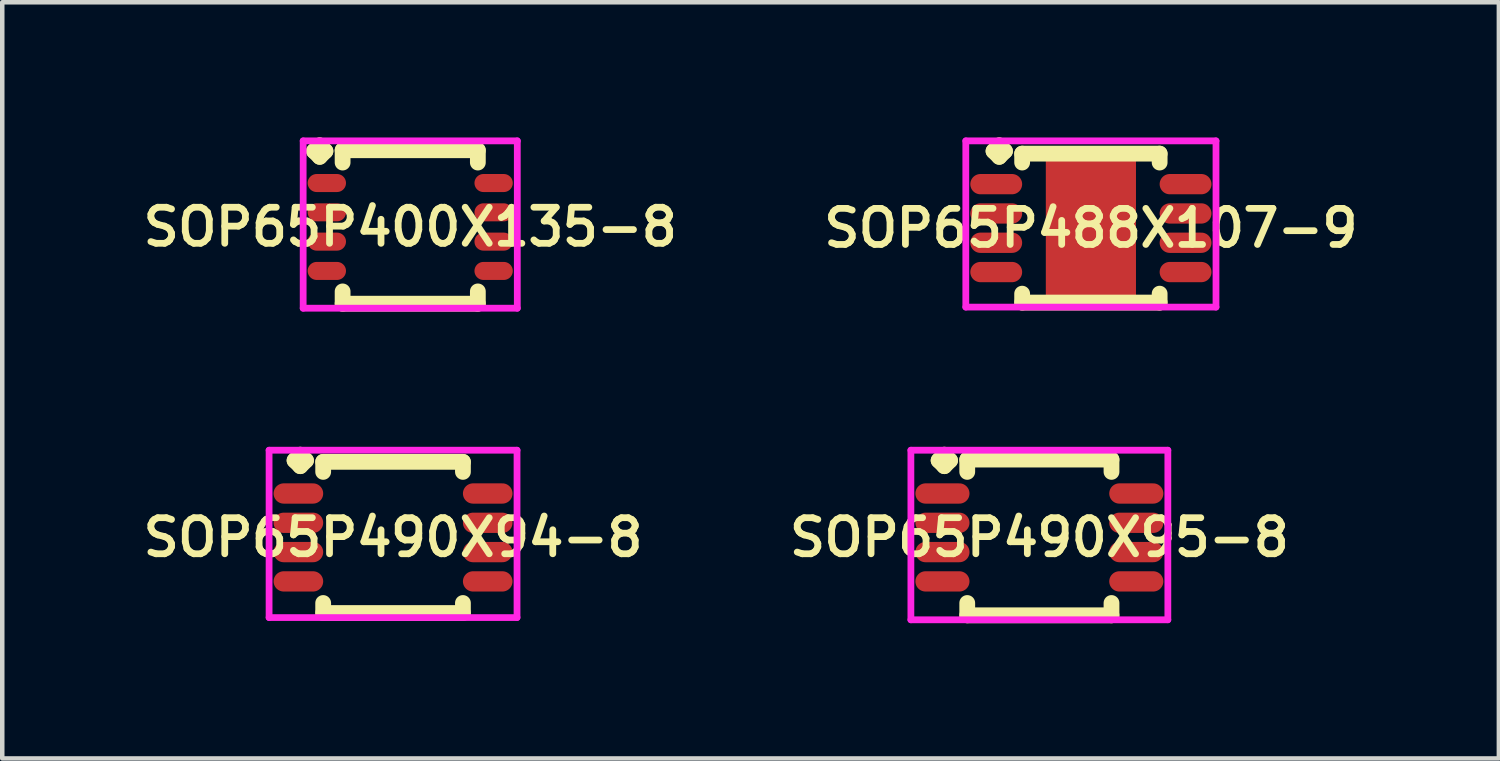
<source format=kicad_pcb>
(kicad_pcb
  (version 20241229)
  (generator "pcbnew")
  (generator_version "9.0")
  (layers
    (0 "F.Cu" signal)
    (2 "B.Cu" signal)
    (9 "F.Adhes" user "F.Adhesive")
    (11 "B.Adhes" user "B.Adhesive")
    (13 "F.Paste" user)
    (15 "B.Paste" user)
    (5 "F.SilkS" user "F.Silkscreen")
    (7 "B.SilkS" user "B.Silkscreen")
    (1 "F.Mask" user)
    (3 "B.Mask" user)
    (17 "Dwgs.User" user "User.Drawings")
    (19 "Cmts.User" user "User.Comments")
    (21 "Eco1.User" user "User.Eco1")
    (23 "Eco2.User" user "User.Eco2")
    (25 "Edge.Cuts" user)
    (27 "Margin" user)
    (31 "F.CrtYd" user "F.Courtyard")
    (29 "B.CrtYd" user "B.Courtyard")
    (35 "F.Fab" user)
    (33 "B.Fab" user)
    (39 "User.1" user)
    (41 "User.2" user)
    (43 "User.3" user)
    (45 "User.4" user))
  (footprint "SOP65P490X94-8"
    (layer "F.Cu")
    (at 5.669 8.872)
    (property "Reference" "SOP65P490X94-8" (at 0 0 0) (layer "F.SilkS") (effects (font (size 0.8 0.8) (thickness 0.15))))
    (attr smd)
    (fp_line (start -2.185 -1.708) (end -2.058 -1.835) (stroke (width 0.35) (type solid)) (layer "F.SilkS"))
    (fp_line (start -2.058 -1.835) (end -1.931 -1.708) (stroke (width 0.35) (type solid)) (layer "F.SilkS"))
    (fp_line (start -2.058 -1.581) (end -2.185 -1.708) (stroke (width 0.35) (type solid)) (layer "F.SilkS"))
    (fp_line (start -1.931 -1.708) (end -2.058 -1.581) (stroke (width 0.35) (type solid)) (layer "F.SilkS"))
    (fp_line (start -1.55 -1.677) (end 1.55 -1.677) (stroke (width 0.35) (type solid)) (layer "F.SilkS"))
    (fp_line (start -1.55 -1.454) (end -1.55 -1.677) (stroke (width 0.35) (type solid)) (layer "F.SilkS"))
    (fp_line (start -1.55 1.454) (end -1.55 1.677) (stroke (width 0.35) (type solid)) (layer "F.SilkS"))
    (fp_line (start -1.55 1.677) (end 1.55 1.677) (stroke (width 0.35) (type solid)) (layer "F.SilkS"))
    (fp_line (start 1.55 -1.677) (end 1.55 -1.454) (stroke (width 0.35) (type solid)) (layer "F.SilkS"))
    (fp_line (start 1.55 1.677) (end 1.55 1.454) (stroke (width 0.35) (type solid)) (layer "F.SilkS"))
    (fp_line (start -2.75 -1.935) (end 2.75 -1.935) (stroke (width 0.15) (type solid)) (layer "F.CrtYd"))
    (fp_line (start -2.75 1.777) (end -2.75 -1.935) (stroke (width 0.15) (type solid)) (layer "F.CrtYd"))
    (fp_line (start 2.75 -1.935) (end 2.75 1.777) (stroke (width 0.15) (type solid)) (layer "F.CrtYd"))
    (fp_line (start 2.75 1.777) (end -2.75 1.777) (stroke (width 0.15) (type solid)) (layer "F.CrtYd"))
    (pad "1" smd oval (at -2.1 -0.975) (size 1.1 0.45) (layers "F.Cu" "F.Mask" "F.Paste"))
    (pad "2" smd oval (at -2.1 -0.325) (size 1.1 0.45) (layers "F.Cu" "F.Mask" "F.Paste"))
    (pad "3" smd oval (at -2.1 0.325) (size 1.1 0.45) (layers "F.Cu" "F.Mask" "F.Paste"))
    (pad "4" smd oval (at -2.1 0.975) (size 1.1 0.45) (layers "F.Cu" "F.Mask" "F.Paste"))
    (pad "5" smd oval (at 2.1 0.975) (size 1.1 0.45) (layers "F.Cu" "F.Mask" "F.Paste"))
    (pad "6" smd oval (at 2.1 0.325) (size 1.1 0.45) (layers "F.Cu" "F.Mask" "F.Paste"))
    (pad "7" smd oval (at 2.1 -0.325) (size 1.1 0.45) (layers "F.Cu" "F.Mask" "F.Paste"))
    (pad "8" smd oval (at 2.1 -0.975) (size 1.1 0.45) (layers "F.Cu" "F.Mask" "F.Paste")))
  (footprint "SOP65P488X107-9"
    (layer "F.Cu")
    (at 21.149 2.01)
    (property "Reference" "SOP65P488X107-9" (at 0 0 0) (layer "F.SilkS") (effects (font (size 0.8 0.8) (thickness 0.15))))
    (attr smd)
    (fp_line (start -2.16 -1.708) (end -2.033 -1.835) (stroke (width 0.35) (type solid)) (layer "F.SilkS"))
    (fp_line (start -2.033 -1.835) (end -1.906 -1.708) (stroke (width 0.35) (type solid)) (layer "F.SilkS"))
    (fp_line (start -2.033 -1.581) (end -2.16 -1.708) (stroke (width 0.35) (type solid)) (layer "F.SilkS"))
    (fp_line (start -1.906 -1.708) (end -2.033 -1.581) (stroke (width 0.35) (type solid)) (layer "F.SilkS"))
    (fp_line (start -1.525 -1.652) (end 1.525 -1.652) (stroke (width 0.35) (type solid)) (layer "F.SilkS"))
    (fp_line (start -1.525 -1.454) (end -1.525 -1.652) (stroke (width 0.35) (type solid)) (layer "F.SilkS"))
    (fp_line (start -1.525 1.454) (end -1.525 1.652) (stroke (width 0.35) (type solid)) (layer "F.SilkS"))
    (fp_line (start -1.525 1.652) (end 1.525 1.652) (stroke (width 0.35) (type solid)) (layer "F.SilkS"))
    (fp_line (start 1.525 -1.652) (end 1.525 -1.454) (stroke (width 0.35) (type solid)) (layer "F.SilkS"))
    (fp_line (start 1.525 1.652) (end 1.525 1.454) (stroke (width 0.35) (type solid)) (layer "F.SilkS"))
    (fp_line (start -2.775 -1.935) (end 2.775 -1.935) (stroke (width 0.15) (type solid)) (layer "F.CrtYd"))
    (fp_line (start -2.775 1.752) (end -2.775 -1.935) (stroke (width 0.15) (type solid)) (layer "F.CrtYd"))
    (fp_line (start 2.775 -1.935) (end 2.775 1.752) (stroke (width 0.15) (type solid)) (layer "F.CrtYd"))
    (fp_line (start 2.775 1.752) (end -2.775 1.752) (stroke (width 0.15) (type solid)) (layer "F.CrtYd"))
    (pad "1" smd oval (at -2.1 -0.975) (size 1.15 0.45) (layers "F.Cu" "F.Mask" "F.Paste"))
    (pad "2" smd oval (at -2.1 -0.325) (size 1.15 0.45) (layers "F.Cu" "F.Mask" "F.Paste"))
    (pad "3" smd oval (at -2.1 0.325) (size 1.15 0.45) (layers "F.Cu" "F.Mask" "F.Paste"))
    (pad "4" smd oval (at -2.1 0.975) (size 1.15 0.45) (layers "F.Cu" "F.Mask" "F.Paste"))
    (pad "5" smd oval (at 2.1 0.975) (size 1.15 0.45) (layers "F.Cu" "F.Mask" "F.Paste"))
    (pad "6" smd oval (at 2.1 0.325) (size 1.15 0.45) (layers "F.Cu" "F.Mask" "F.Paste"))
    (pad "7" smd oval (at 2.1 -0.325) (size 1.15 0.45) (layers "F.Cu" "F.Mask" "F.Paste"))
    (pad "8" smd oval (at 2.1 -0.975) (size 1.15 0.45) (layers "F.Cu" "F.Mask" "F.Paste"))
    (pad "9" smd rect (at 0 0) (size 2 3) (layers "F.Cu" "F.Mask" "F.Paste")))
  (footprint "SOP65P400X135-8"
    (layer "F.Cu")
    (at 6.05 1.985)
    (property "Reference" "SOP65P400X135-8" (at 0 0 0) (layer "F.SilkS") (effects (font (size 0.8 0.8) (thickness 0.15))))
    (attr smd)
    (fp_line (start -2.135 -1.683) (end -2.008 -1.81) (stroke (width 0.35) (type solid)) (layer "F.SilkS"))
    (fp_line (start -2.008 -1.81) (end -1.881 -1.683) (stroke (width 0.35) (type solid)) (layer "F.SilkS"))
    (fp_line (start -2.008 -1.556) (end -2.135 -1.683) (stroke (width 0.35) (type solid)) (layer "F.SilkS"))
    (fp_line (start -1.881 -1.683) (end -2.008 -1.556) (stroke (width 0.35) (type solid)) (layer "F.SilkS"))
    (fp_line (start -1.5 -1.702) (end 1.5 -1.702) (stroke (width 0.35) (type solid)) (layer "F.SilkS"))
    (fp_line (start -1.5 -1.429) (end -1.5 -1.702) (stroke (width 0.35) (type solid)) (layer "F.SilkS"))
    (fp_line (start -1.5 1.429) (end -1.5 1.702) (stroke (width 0.35) (type solid)) (layer "F.SilkS"))
    (fp_line (start -1.5 1.702) (end 1.5 1.702) (stroke (width 0.35) (type solid)) (layer "F.SilkS"))
    (fp_line (start 1.5 -1.702) (end 1.5 -1.429) (stroke (width 0.35) (type solid)) (layer "F.SilkS"))
    (fp_line (start 1.5 1.702) (end 1.5 1.429) (stroke (width 0.35) (type solid)) (layer "F.SilkS"))
    (fp_line (start -2.375 -1.91) (end 2.375 -1.91) (stroke (width 0.15) (type solid)) (layer "F.CrtYd"))
    (fp_line (start -2.375 1.802) (end -2.375 -1.91) (stroke (width 0.15) (type solid)) (layer "F.CrtYd"))
    (fp_line (start 2.375 -1.91) (end 2.375 1.802) (stroke (width 0.15) (type solid)) (layer "F.CrtYd"))
    (fp_line (start 2.375 1.802) (end -2.375 1.802) (stroke (width 0.15) (type solid)) (layer "F.CrtYd"))
    (pad "1" smd oval (at -1.85 -0.975) (size 0.85 0.4) (layers "F.Cu" "F.Mask" "F.Paste"))
    (pad "2" smd oval (at -1.85 -0.325) (size 0.85 0.4) (layers "F.Cu" "F.Mask" "F.Paste"))
    (pad "3" smd oval (at -1.85 0.325) (size 0.85 0.4) (layers "F.Cu" "F.Mask" "F.Paste"))
    (pad "4" smd oval (at -1.85 0.975) (size 0.85 0.4) (layers "F.Cu" "F.Mask" "F.Paste"))
    (pad "5" smd oval (at 1.85 0.975) (size 0.85 0.4) (layers "F.Cu" "F.Mask" "F.Paste"))
    (pad "6" smd oval (at 1.85 0.325) (size 0.85 0.4) (layers "F.Cu" "F.Mask" "F.Paste"))
    (pad "7" smd oval (at 1.85 -0.325) (size 0.85 0.4) (layers "F.Cu" "F.Mask" "F.Paste"))
    (pad "8" smd oval (at 1.85 -0.975) (size 0.85 0.4) (layers "F.Cu" "F.Mask" "F.Paste")))
  (footprint "SOP65P490X95-8"
    (layer "F.Cu")
    (at 20.006 8.872)
    (property "Reference" "SOP65P490X95-8" (at 0 0 0) (layer "F.SilkS") (effects (font (size 0.8 0.8) (thickness 0.15))))
    (attr smd)
    (fp_line (start -2.235 -1.708) (end -2.108 -1.835) (stroke (width 0.35) (type solid)) (layer "F.SilkS"))
    (fp_line (start -2.108 -1.835) (end -1.981 -1.708) (stroke (width 0.35) (type solid)) (layer "F.SilkS"))
    (fp_line (start -2.108 -1.581) (end -2.235 -1.708) (stroke (width 0.35) (type solid)) (layer "F.SilkS"))
    (fp_line (start -1.981 -1.708) (end -2.108 -1.581) (stroke (width 0.35) (type solid)) (layer "F.SilkS"))
    (fp_line (start -1.6 -1.727) (end 1.6 -1.727) (stroke (width 0.35) (type solid)) (layer "F.SilkS"))
    (fp_line (start -1.6 -1.454) (end -1.6 -1.727) (stroke (width 0.35) (type solid)) (layer "F.SilkS"))
    (fp_line (start -1.6 1.454) (end -1.6 1.727) (stroke (width 0.35) (type solid)) (layer "F.SilkS"))
    (fp_line (start -1.6 1.727) (end 1.6 1.727) (stroke (width 0.35) (type solid)) (layer "F.SilkS"))
    (fp_line (start 1.6 -1.727) (end 1.6 -1.454) (stroke (width 0.35) (type solid)) (layer "F.SilkS"))
    (fp_line (start 1.6 1.727) (end 1.6 1.454) (stroke (width 0.35) (type solid)) (layer "F.SilkS"))
    (fp_line (start -2.85 -1.935) (end 2.85 -1.935) (stroke (width 0.15) (type solid)) (layer "F.CrtYd"))
    (fp_line (start -2.85 1.827) (end -2.85 -1.935) (stroke (width 0.15) (type solid)) (layer "F.CrtYd"))
    (fp_line (start 2.85 -1.935) (end 2.85 1.827) (stroke (width 0.15) (type solid)) (layer "F.CrtYd"))
    (fp_line (start 2.85 1.827) (end -2.85 1.827) (stroke (width 0.15) (type solid)) (layer "F.CrtYd"))
    (pad "1" smd oval (at -2.15 -0.975) (size 1.2 0.45) (layers "F.Cu" "F.Mask" "F.Paste"))
    (pad "2" smd oval (at -2.15 -0.325) (size 1.2 0.45) (layers "F.Cu" "F.Mask" "F.Paste"))
    (pad "3" smd oval (at -2.15 0.325) (size 1.2 0.45) (layers "F.Cu" "F.Mask" "F.Paste"))
    (pad "4" smd oval (at -2.15 0.975) (size 1.2 0.45) (layers "F.Cu" "F.Mask" "F.Paste"))
    (pad "5" smd oval (at 2.15 0.975) (size 1.2 0.45) (layers "F.Cu" "F.Mask" "F.Paste"))
    (pad "6" smd oval (at 2.15 0.325) (size 1.2 0.45) (layers "F.Cu" "F.Mask" "F.Paste"))
    (pad "7" smd oval (at 2.15 -0.325) (size 1.2 0.45) (layers "F.Cu" "F.Mask" "F.Paste"))
    (pad "8" smd oval (at 2.15 -0.975) (size 1.2 0.45) (layers "F.Cu" "F.Mask" "F.Paste")))
  (gr_rect
    (start -3 -3)
    (end 30.199 13.774)
    (stroke (width 0.1) (type default))
    (fill no)
    (layer "Edge.Cuts")))
</source>
